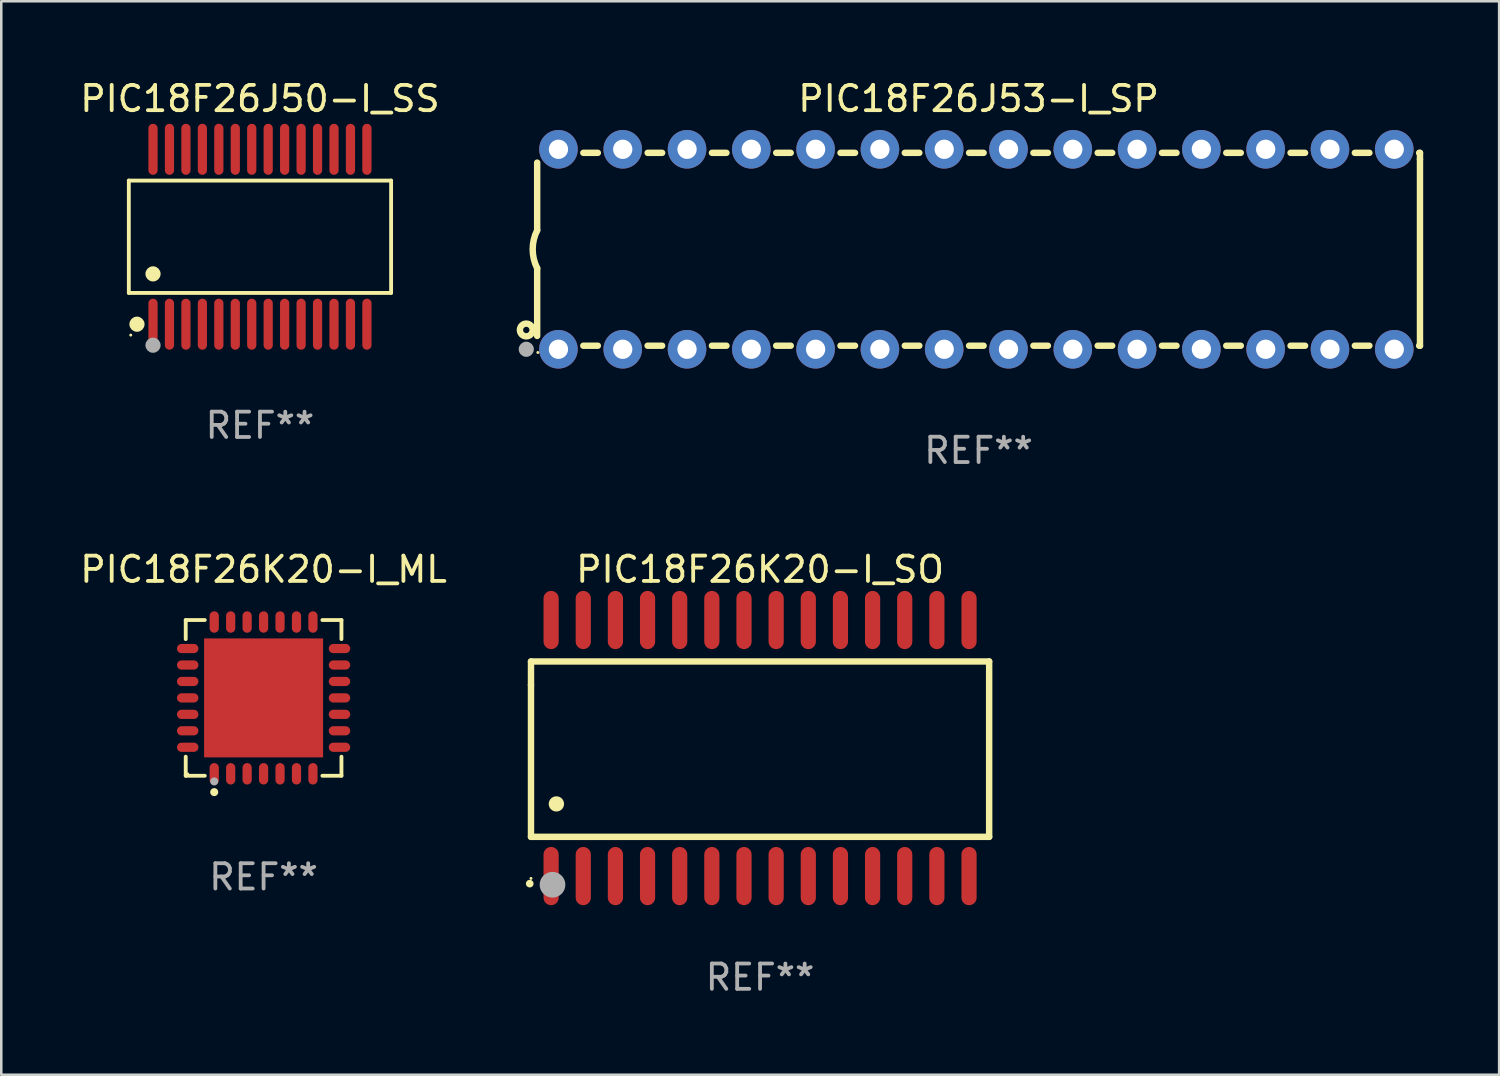
<source format=kicad_pcb>
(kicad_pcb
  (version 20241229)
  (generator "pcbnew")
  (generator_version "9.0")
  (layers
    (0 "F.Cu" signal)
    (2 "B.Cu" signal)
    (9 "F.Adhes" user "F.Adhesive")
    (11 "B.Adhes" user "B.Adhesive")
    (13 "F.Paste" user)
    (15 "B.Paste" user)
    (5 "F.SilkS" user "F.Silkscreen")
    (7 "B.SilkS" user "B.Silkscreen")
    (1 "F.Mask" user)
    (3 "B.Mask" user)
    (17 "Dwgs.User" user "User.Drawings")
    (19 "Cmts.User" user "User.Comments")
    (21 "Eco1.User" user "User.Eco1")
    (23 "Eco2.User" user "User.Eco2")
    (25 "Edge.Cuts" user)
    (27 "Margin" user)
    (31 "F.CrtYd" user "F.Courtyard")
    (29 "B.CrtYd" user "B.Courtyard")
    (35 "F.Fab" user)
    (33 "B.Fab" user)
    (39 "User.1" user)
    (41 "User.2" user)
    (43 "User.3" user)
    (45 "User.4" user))
  (footprint "PIC18F26K20-I_SO"
    (layer "F.Cu")
    (at 26.977 26.502)
    (property "Reference" "PIC18F26K20-I_SO" (at 0 -7.058 0) (layer "F.SilkS") (effects (font (size 1 1) (thickness 0.15))))
    (attr through_hole)
    (fp_line (start -9.05 -3.42) (end 9.05 -3.42) (stroke (width 0.254) (type solid)) (layer "F.SilkS"))
    (fp_line (start -9.05 -2.492) (end -9.05 -3.42) (stroke (width 0.254) (type solid)) (layer "F.SilkS"))
    (fp_line (start -9.05 3.508) (end -9.05 -2.492) (stroke (width 0.254) (type solid)) (layer "F.SilkS"))
    (fp_line (start 9.05 -3.42) (end 9.05 3.508) (stroke (width 0.254) (type solid)) (layer "F.SilkS"))
    (fp_line (start 9.05 3.508) (end -9.05 3.508) (stroke (width 0.254) (type solid)) (layer "F.SilkS"))
    (fp_arc (start -9.100838 5.35649) (mid -9.099568 5.356485) (end -9.098298 5.35649) (stroke (width 0.3) (type solid)) (layer "F.SilkS"))
    (fp_arc (start -8.049276 2.206883) (mid -8.046736 2.206872) (end -8.044196 2.206883) (stroke (width 0.6) (type solid)) (layer "F.SilkS"))
    (fp_circle (center -9.05 5.15) (end -9.02 5.15) (stroke (width 0.06) (type solid)) (fill no) (layer "F.SilkS"))
    (fp_circle (center -8.2 5.4) (end -7.946 5.4) (stroke (width 0.508) (type solid)) (fill no) (layer "F.Fab"))
    (fp_text user "REF**" (at 0 9.058 0) (layer "F.Fab") (effects (font (size 1 1) (thickness 0.15))))
    (pad "1" smd oval (at -8.255 5.058 180) (size 0.6 2.3) (layers "F.Cu" "F.Mask" "F.Paste"))
    (pad "2" smd oval (at -6.985 5.058 180) (size 0.6 2.3) (layers "F.Cu" "F.Mask" "F.Paste"))
    (pad "3" smd oval (at -5.715 5.058 180) (size 0.6 2.3) (layers "F.Cu" "F.Mask" "F.Paste"))
    (pad "4" smd oval (at -4.445 5.058 180) (size 0.6 2.3) (layers "F.Cu" "F.Mask" "F.Paste"))
    (pad "5" smd oval (at -3.175 5.058 180) (size 0.6 2.3) (layers "F.Cu" "F.Mask" "F.Paste"))
    (pad "6" smd oval (at -1.905 5.058 180) (size 0.6 2.3) (layers "F.Cu" "F.Mask" "F.Paste"))
    (pad "7" smd oval (at -0.635 5.058 180) (size 0.6 2.3) (layers "F.Cu" "F.Mask" "F.Paste"))
    (pad "8" smd oval (at 0.635 5.058 180) (size 0.6 2.3) (layers "F.Cu" "F.Mask" "F.Paste"))
    (pad "9" smd oval (at 1.905 5.058 180) (size 0.6 2.3) (layers "F.Cu" "F.Mask" "F.Paste"))
    (pad "10" smd oval (at 3.175 5.058 180) (size 0.6 2.3) (layers "F.Cu" "F.Mask" "F.Paste"))
    (pad "11" smd oval (at 4.445 5.058 180) (size 0.6 2.3) (layers "F.Cu" "F.Mask" "F.Paste"))
    (pad "12" smd oval (at 5.715 5.058 180) (size 0.6 2.3) (layers "F.Cu" "F.Mask" "F.Paste"))
    (pad "13" smd oval (at 6.985 5.058 180) (size 0.6 2.3) (layers "F.Cu" "F.Mask" "F.Paste"))
    (pad "14" smd oval (at 8.255 5.058 180) (size 0.6 2.3) (layers "F.Cu" "F.Mask" "F.Paste"))
    (pad "15" smd oval (at 8.255 -5.058 180) (size 0.6 2.3) (layers "F.Cu" "F.Mask" "F.Paste"))
    (pad "16" smd oval (at 6.985 -5.058 180) (size 0.6 2.3) (layers "F.Cu" "F.Mask" "F.Paste"))
    (pad "17" smd oval (at 5.715 -5.058 180) (size 0.6 2.3) (layers "F.Cu" "F.Mask" "F.Paste"))
    (pad "18" smd oval (at 4.445 -5.058 180) (size 0.6 2.3) (layers "F.Cu" "F.Mask" "F.Paste"))
    (pad "19" smd oval (at 3.175 -5.058 180) (size 0.6 2.3) (layers "F.Cu" "F.Mask" "F.Paste"))
    (pad "20" smd oval (at 1.905 -5.058 180) (size 0.6 2.3) (layers "F.Cu" "F.Mask" "F.Paste"))
    (pad "21" smd oval (at 0.635 -5.058 180) (size 0.6 2.3) (layers "F.Cu" "F.Mask" "F.Paste"))
    (pad "22" smd oval (at -0.635 -5.058 180) (size 0.6 2.3) (layers "F.Cu" "F.Mask" "F.Paste"))
    (pad "23" smd oval (at -1.905 -5.058 180) (size 0.6 2.3) (layers "F.Cu" "F.Mask" "F.Paste"))
    (pad "24" smd oval (at -3.175 -5.058 180) (size 0.6 2.3) (layers "F.Cu" "F.Mask" "F.Paste"))
    (pad "25" smd oval (at -4.445 -5.058 180) (size 0.6 2.3) (layers "F.Cu" "F.Mask" "F.Paste"))
    (pad "26" smd oval (at -5.715 -5.058 180) (size 0.6 2.3) (layers "F.Cu" "F.Mask" "F.Paste"))
    (pad "27" smd oval (at -6.985 -5.058 180) (size 0.6 2.3) (layers "F.Cu" "F.Mask" "F.Paste"))
    (pad "28" smd oval (at -8.255 -5.058 180) (size 0.6 2.3) (layers "F.Cu" "F.Mask" "F.Paste")))
  (footprint "PIC18F26K20-I_ML"
    (layer "F.Cu")
    (at 7.363 24.521)
    (property "Reference" "PIC18F26K20-I_ML" (at 0 -5.076 0) (layer "F.SilkS") (effects (font (size 1 1) (thickness 0.15))))
    (attr through_hole)
    (fp_line (start -3.076 -3.076) (end -2.323 -3.076) (stroke (width 0.152) (type solid)) (layer "F.SilkS"))
    (fp_line (start -3.076 -2.323) (end -3.076 -3.076) (stroke (width 0.152) (type solid)) (layer "F.SilkS"))
    (fp_line (start -3.076 2.323) (end -3.076 3.076) (stroke (width 0.152) (type solid)) (layer "F.SilkS"))
    (fp_line (start -3.076 3.076) (end -2.323 3.076) (stroke (width 0.152) (type solid)) (layer "F.SilkS"))
    (fp_line (start 3.076 -3.076) (end 2.323 -3.076) (stroke (width 0.152) (type solid)) (layer "F.SilkS"))
    (fp_line (start 3.076 -2.323) (end 3.076 -3.076) (stroke (width 0.152) (type solid)) (layer "F.SilkS"))
    (fp_line (start 3.076 2.323) (end 3.076 3.076) (stroke (width 0.152) (type solid)) (layer "F.SilkS"))
    (fp_line (start 3.076 3.076) (end 2.323 3.076) (stroke (width 0.152) (type solid)) (layer "F.SilkS"))
    (fp_circle (center -3 3) (end -2.97 3) (stroke (width 0.06) (type solid)) (fill no) (layer "F.SilkS"))
    (fp_circle (center -1.95 3.722) (end -1.87 3.722) (stroke (width 0.16) (type solid)) (fill no) (layer "F.SilkS"))
    (fp_circle (center -1.95 3.3) (end -1.87 3.3) (stroke (width 0.16) (type solid)) (fill no) (layer "F.Fab"))
    (fp_text user "REF**" (at 0 7.076 0) (layer "F.Fab") (effects (font (size 1 1) (thickness 0.15))))
    (pad "1" smd oval (at -1.95 2.998) (size 0.364 0.847) (layers "F.Cu" "F.Mask" "F.Paste"))
    (pad "2" smd oval (at -1.3 2.998) (size 0.364 0.847) (layers "F.Cu" "F.Mask" "F.Paste"))
    (pad "3" smd oval (at -0.65 2.998) (size 0.364 0.847) (layers "F.Cu" "F.Mask" "F.Paste"))
    (pad "4" smd oval (at 0 2.998) (size 0.364 0.847) (layers "F.Cu" "F.Mask" "F.Paste"))
    (pad "5" smd oval (at 0.65 2.998) (size 0.364 0.847) (layers "F.Cu" "F.Mask" "F.Paste"))
    (pad "6" smd oval (at 1.3 2.998) (size 0.364 0.847) (layers "F.Cu" "F.Mask" "F.Paste"))
    (pad "7" smd oval (at 1.95 2.998) (size 0.364 0.847) (layers "F.Cu" "F.Mask" "F.Paste"))
    (pad "8" smd oval (at 2.998 1.95) (size 0.847 0.364) (layers "F.Cu" "F.Mask" "F.Paste"))
    (pad "9" smd oval (at 2.998 1.3) (size 0.847 0.364) (layers "F.Cu" "F.Mask" "F.Paste"))
    (pad "10" smd oval (at 2.998 0.65) (size 0.847 0.364) (layers "F.Cu" "F.Mask" "F.Paste"))
    (pad "11" smd oval (at 2.998 0) (size 0.847 0.364) (layers "F.Cu" "F.Mask" "F.Paste"))
    (pad "12" smd oval (at 2.998 -0.65) (size 0.847 0.364) (layers "F.Cu" "F.Mask" "F.Paste"))
    (pad "13" smd oval (at 2.998 -1.3) (size 0.847 0.364) (layers "F.Cu" "F.Mask" "F.Paste"))
    (pad "14" smd oval (at 2.998 -1.95) (size 0.847 0.364) (layers "F.Cu" "F.Mask" "F.Paste"))
    (pad "15" smd oval (at 1.95 -2.998) (size 0.364 0.847) (layers "F.Cu" "F.Mask" "F.Paste"))
    (pad "16" smd oval (at 1.3 -2.998) (size 0.364 0.847) (layers "F.Cu" "F.Mask" "F.Paste"))
    (pad "17" smd oval (at 0.65 -2.998) (size 0.364 0.847) (layers "F.Cu" "F.Mask" "F.Paste"))
    (pad "18" smd oval (at 0 -2.998) (size 0.364 0.847) (layers "F.Cu" "F.Mask" "F.Paste"))
    (pad "19" smd oval (at -0.65 -2.998) (size 0.364 0.847) (layers "F.Cu" "F.Mask" "F.Paste"))
    (pad "20" smd oval (at -1.3 -2.998) (size 0.364 0.847) (layers "F.Cu" "F.Mask" "F.Paste"))
    (pad "21" smd oval (at -1.95 -2.998) (size 0.364 0.847) (layers "F.Cu" "F.Mask" "F.Paste"))
    (pad "22" smd oval (at -2.998 -1.95) (size 0.847 0.364) (layers "F.Cu" "F.Mask" "F.Paste"))
    (pad "23" smd oval (at -2.998 -1.3) (size 0.847 0.364) (layers "F.Cu" "F.Mask" "F.Paste"))
    (pad "24" smd oval (at -2.998 -0.65) (size 0.847 0.364) (layers "F.Cu" "F.Mask" "F.Paste"))
    (pad "25" smd oval (at -2.998 0) (size 0.847 0.364) (layers "F.Cu" "F.Mask" "F.Paste"))
    (pad "26" smd oval (at -2.998 0.65) (size 0.847 0.364) (layers "F.Cu" "F.Mask" "F.Paste"))
    (pad "27" smd oval (at -2.998 1.3) (size 0.847 0.364) (layers "F.Cu" "F.Mask" "F.Paste"))
    (pad "28" smd oval (at -2.998 1.95) (size 0.847 0.364) (layers "F.Cu" "F.Mask" "F.Paste"))
    (pad "29" smd rect (at 0 0) (size 4.7 4.7) (layers "F.Cu" "F.Mask" "F.Paste")))
  (footprint "PIC18F26J50-I_SS"
    (layer "F.Cu")
    (at 7.22 6.303)
    (property "Reference" "PIC18F26J50-I_SS" (at 0 -5.455 0) (layer "F.SilkS") (effects (font (size 1 1) (thickness 0.15))))
    (attr through_hole)
    (fp_line (start -5.181 -2.219) (end 5.181 -2.219) (stroke (width 0.152) (type solid)) (layer "F.SilkS"))
    (fp_line (start -5.181 2.219) (end -5.181 -2.219) (stroke (width 0.152) (type solid)) (layer "F.SilkS"))
    (fp_line (start 5.181 -2.219) (end 5.181 2.219) (stroke (width 0.152) (type solid)) (layer "F.SilkS"))
    (fp_line (start 5.181 2.219) (end -5.181 2.219) (stroke (width 0.152) (type solid)) (layer "F.SilkS"))
    (fp_circle (center -5.105 3.885) (end -5.075 3.885) (stroke (width 0.06) (type solid)) (fill no) (layer "F.SilkS"))
    (fp_circle (center -4.859 3.455) (end -4.709 3.455) (stroke (width 0.3) (type solid)) (fill no) (layer "F.SilkS"))
    (fp_circle (center -4.225 1.467) (end -4.075 1.467) (stroke (width 0.3) (type solid)) (fill no) (layer "F.SilkS"))
    (fp_circle (center -4.225 4.285) (end -4.075 4.285) (stroke (width 0.3) (type solid)) (fill no) (layer "F.Fab"))
    (fp_text user "REF**" (at 0 7.455 0) (layer "F.Fab") (effects (font (size 1 1) (thickness 0.15))))
    (pad "1" smd oval (at -4.225 3.455) (size 0.364 2.015) (layers "F.Cu" "F.Mask" "F.Paste"))
    (pad "2" smd oval (at -3.575 3.455) (size 0.364 2.015) (layers "F.Cu" "F.Mask" "F.Paste"))
    (pad "3" smd oval (at -2.925 3.455) (size 0.364 2.015) (layers "F.Cu" "F.Mask" "F.Paste"))
    (pad "4" smd oval (at -2.275 3.455) (size 0.364 2.015) (layers "F.Cu" "F.Mask" "F.Paste"))
    (pad "5" smd oval (at -1.625 3.455) (size 0.364 2.015) (layers "F.Cu" "F.Mask" "F.Paste"))
    (pad "6" smd oval (at -0.975 3.455) (size 0.364 2.015) (layers "F.Cu" "F.Mask" "F.Paste"))
    (pad "7" smd oval (at -0.325 3.455) (size 0.364 2.015) (layers "F.Cu" "F.Mask" "F.Paste"))
    (pad "8" smd oval (at 0.325 3.455) (size 0.364 2.015) (layers "F.Cu" "F.Mask" "F.Paste"))
    (pad "9" smd oval (at 0.975 3.455) (size 0.364 2.015) (layers "F.Cu" "F.Mask" "F.Paste"))
    (pad "10" smd oval (at 1.625 3.455) (size 0.364 2.015) (layers "F.Cu" "F.Mask" "F.Paste"))
    (pad "11" smd oval (at 2.275 3.455) (size 0.364 2.015) (layers "F.Cu" "F.Mask" "F.Paste"))
    (pad "12" smd oval (at 2.925 3.455) (size 0.364 2.015) (layers "F.Cu" "F.Mask" "F.Paste"))
    (pad "13" smd oval (at 3.575 3.455) (size 0.364 2.015) (layers "F.Cu" "F.Mask" "F.Paste"))
    (pad "14" smd oval (at 4.225 3.455) (size 0.364 2.015) (layers "F.Cu" "F.Mask" "F.Paste"))
    (pad "15" smd oval (at 4.225 -3.455) (size 0.364 2.015) (layers "F.Cu" "F.Mask" "F.Paste"))
    (pad "16" smd oval (at 3.575 -3.455) (size 0.364 2.015) (layers "F.Cu" "F.Mask" "F.Paste"))
    (pad "17" smd oval (at 2.925 -3.455) (size 0.364 2.015) (layers "F.Cu" "F.Mask" "F.Paste"))
    (pad "18" smd oval (at 2.275 -3.455) (size 0.364 2.015) (layers "F.Cu" "F.Mask" "F.Paste"))
    (pad "19" smd oval (at 1.625 -3.455) (size 0.364 2.015) (layers "F.Cu" "F.Mask" "F.Paste"))
    (pad "20" smd oval (at 0.975 -3.455) (size 0.364 2.015) (layers "F.Cu" "F.Mask" "F.Paste"))
    (pad "21" smd oval (at 0.325 -3.455) (size 0.364 2.015) (layers "F.Cu" "F.Mask" "F.Paste"))
    (pad "22" smd oval (at -0.325 -3.455) (size 0.364 2.015) (layers "F.Cu" "F.Mask" "F.Paste"))
    (pad "23" smd oval (at -0.975 -3.455) (size 0.364 2.015) (layers "F.Cu" "F.Mask" "F.Paste"))
    (pad "24" smd oval (at -1.625 -3.455) (size 0.364 2.015) (layers "F.Cu" "F.Mask" "F.Paste"))
    (pad "25" smd oval (at -2.275 -3.455) (size 0.364 2.015) (layers "F.Cu" "F.Mask" "F.Paste"))
    (pad "26" smd oval (at -2.925 -3.455) (size 0.364 2.015) (layers "F.Cu" "F.Mask" "F.Paste"))
    (pad "27" smd oval (at -3.575 -3.455) (size 0.364 2.015) (layers "F.Cu" "F.Mask" "F.Paste"))
    (pad "28" smd oval (at -4.225 -3.455) (size 0.364 2.015) (layers "F.Cu" "F.Mask" "F.Paste")))
  (footprint "PIC18F26J53-I_SP"
    (layer "F.Cu")
    (at 35.609 6.798)
    (property "Reference" "PIC18F26J53-I_SP" (at 0 -5.95 0) (layer "F.SilkS") (effects (font (size 1 1) (thickness 0.15))))
    (attr through_hole)
    (fp_line (start -17.438 0.75) (end -17.438 3.423) (stroke (width 0.254) (type solid)) (layer "F.SilkS"))
    (fp_line (start -17.438 -3.423) (end -17.438 -0.75) (stroke (width 0.254) (type solid)) (layer "F.SilkS"))
    (fp_line (start -15.615 3.81) (end -15.041 3.81) (stroke (width 0.254) (type solid)) (layer "F.SilkS"))
    (fp_line (start -15.041 -3.81) (end -15.614 -3.81) (stroke (width 0.254) (type solid)) (layer "F.SilkS"))
    (fp_line (start -13.075 3.81) (end -12.501 3.81) (stroke (width 0.254) (type solid)) (layer "F.SilkS"))
    (fp_line (start -12.501 -3.81) (end -13.074 -3.81) (stroke (width 0.254) (type solid)) (layer "F.SilkS"))
    (fp_line (start -10.535 3.81) (end -9.961 3.81) (stroke (width 0.254) (type solid)) (layer "F.SilkS"))
    (fp_line (start -9.961 -3.81) (end -10.534 -3.81) (stroke (width 0.254) (type solid)) (layer "F.SilkS"))
    (fp_line (start -7.995 3.81) (end -7.421 3.81) (stroke (width 0.254) (type solid)) (layer "F.SilkS"))
    (fp_line (start -7.421 -3.81) (end -7.995 -3.81) (stroke (width 0.254) (type solid)) (layer "F.SilkS"))
    (fp_line (start -5.455 3.81) (end -4.881 3.81) (stroke (width 0.254) (type solid)) (layer "F.SilkS"))
    (fp_line (start -4.881 -3.81) (end -5.455 -3.81) (stroke (width 0.254) (type solid)) (layer "F.SilkS"))
    (fp_line (start -2.915 3.81) (end -2.341 3.81) (stroke (width 0.254) (type solid)) (layer "F.SilkS"))
    (fp_line (start -2.341 -3.81) (end -2.915 -3.81) (stroke (width 0.254) (type solid)) (layer "F.SilkS"))
    (fp_line (start -0.375 3.81) (end 0.199 3.81) (stroke (width 0.254) (type solid)) (layer "F.SilkS"))
    (fp_line (start 0.199 -3.81) (end -0.375 -3.81) (stroke (width 0.254) (type solid)) (layer "F.SilkS"))
    (fp_line (start 2.165 3.81) (end 2.739 3.81) (stroke (width 0.254) (type solid)) (layer "F.SilkS"))
    (fp_line (start 2.739 -3.81) (end 2.165 -3.81) (stroke (width 0.254) (type solid)) (layer "F.SilkS"))
    (fp_line (start 4.705 3.81) (end 5.279 3.81) (stroke (width 0.254) (type solid)) (layer "F.SilkS"))
    (fp_line (start 5.279 -3.81) (end 4.705 -3.81) (stroke (width 0.254) (type solid)) (layer "F.SilkS"))
    (fp_line (start 7.245 3.81) (end 7.819 3.81) (stroke (width 0.254) (type solid)) (layer "F.SilkS"))
    (fp_line (start 7.819 -3.81) (end 7.245 -3.81) (stroke (width 0.254) (type solid)) (layer "F.SilkS"))
    (fp_line (start 9.785 3.81) (end 10.359 3.81) (stroke (width 0.254) (type solid)) (layer "F.SilkS"))
    (fp_line (start 10.359 -3.81) (end 9.785 -3.81) (stroke (width 0.254) (type solid)) (layer "F.SilkS"))
    (fp_line (start 12.325 3.81) (end 12.899 3.81) (stroke (width 0.254) (type solid)) (layer "F.SilkS"))
    (fp_line (start 12.899 -3.81) (end 12.325 -3.81) (stroke (width 0.254) (type solid)) (layer "F.SilkS"))
    (fp_line (start 14.865 3.81) (end 15.439 3.81) (stroke (width 0.254) (type solid)) (layer "F.SilkS"))
    (fp_line (start 15.439 -3.81) (end 14.865 -3.81) (stroke (width 0.254) (type solid)) (layer "F.SilkS"))
    (fp_line (start 17.405 3.81) (end 17.438 3.81) (stroke (width 0.254) (type solid)) (layer "F.SilkS"))
    (fp_line (start 17.438 -3.81) (end 17.405 -3.81) (stroke (width 0.254) (type solid)) (layer "F.SilkS"))
    (fp_line (start 17.438 -3.556) (end 17.438 -3.81) (stroke (width 0.254) (type solid)) (layer "F.SilkS"))
    (fp_line (start 17.438 3.81) (end 17.438 -3.556) (stroke (width 0.254) (type solid)) (layer "F.SilkS"))
    (fp_arc (start -17.437986 0.749657) (mid -17.614887 -0.000024) (end -17.437783 -0.749657) (stroke (width 0.254001) (type solid)) (layer "F.SilkS"))
    (fp_circle (center -17.868 3.188) (end -17.743 3.188) (stroke (width 0.254) (type solid)) (fill no) (layer "F.SilkS"))
    (fp_circle (center -17.411 4.077) (end -17.381 4.077) (stroke (width 0.06) (type solid)) (fill no) (layer "F.SilkS"))
    (fp_circle (center -17.868 3.95) (end -17.718 3.95) (stroke (width 0.3) (type solid)) (fill no) (layer "F.Fab"))
    (fp_text user "REF**" (at 0 7.95 0) (layer "F.Fab") (effects (font (size 1 1) (thickness 0.15))))
    (pad "1" thru_hole circle (at -16.598 3.95) (size 1.524 1.524) (drill 0.762) (layers "*.Cu" "*.Mask"))
    (pad "2" thru_hole circle (at -14.058 3.95) (size 1.524 1.524) (drill 0.762) (layers "*.Cu" "*.Mask"))
    (pad "3" thru_hole circle (at -11.518 3.95) (size 1.524 1.524) (drill 0.762) (layers "*.Cu" "*.Mask"))
    (pad "4" thru_hole circle (at -8.978 3.95) (size 1.524 1.524) (drill 0.762) (layers "*.Cu" "*.Mask"))
    (pad "5" thru_hole circle (at -6.438 3.95) (size 1.524 1.524) (drill 0.762) (layers "*.Cu" "*.Mask"))
    (pad "6" thru_hole circle (at -3.898 3.95) (size 1.524 1.524) (drill 0.762) (layers "*.Cu" "*.Mask"))
    (pad "7" thru_hole circle (at -1.358 3.95) (size 1.524 1.524) (drill 0.762) (layers "*.Cu" "*.Mask"))
    (pad "8" thru_hole circle (at 1.182 3.95) (size 1.524 1.524) (drill 0.762) (layers "*.Cu" "*.Mask"))
    (pad "9" thru_hole circle (at 3.722 3.95) (size 1.524 1.524) (drill 0.762) (layers "*.Cu" "*.Mask"))
    (pad "10" thru_hole circle (at 6.262 3.95) (size 1.524 1.524) (drill 0.762) (layers "*.Cu" "*.Mask"))
    (pad "11" thru_hole circle (at 8.802 3.95) (size 1.524 1.524) (drill 0.762) (layers "*.Cu" "*.Mask"))
    (pad "12" thru_hole circle (at 11.342 3.95) (size 1.524 1.524) (drill 0.762) (layers "*.Cu" "*.Mask"))
    (pad "13" thru_hole circle (at 13.882 3.95) (size 1.524 1.524) (drill 0.762) (layers "*.Cu" "*.Mask"))
    (pad "14" thru_hole circle (at 16.422 3.95) (size 1.524 1.524) (drill 0.762) (layers "*.Cu" "*.Mask"))
    (pad "15" thru_hole circle (at 16.422 -3.95) (size 1.524 1.524) (drill 0.762) (layers "*.Cu" "*.Mask"))
    (pad "16" thru_hole circle (at 13.882 -3.95) (size 1.524 1.524) (drill 0.762) (layers "*.Cu" "*.Mask"))
    (pad "17" thru_hole circle (at 11.342 -3.95) (size 1.524 1.524) (drill 0.762) (layers "*.Cu" "*.Mask"))
    (pad "18" thru_hole circle (at 8.802 -3.95) (size 1.524 1.524) (drill 0.762) (layers "*.Cu" "*.Mask"))
    (pad "19" thru_hole circle (at 6.262 -3.95) (size 1.524 1.524) (drill 0.762) (layers "*.Cu" "*.Mask"))
    (pad "20" thru_hole circle (at 3.722 -3.95) (size 1.524 1.524) (drill 0.762) (layers "*.Cu" "*.Mask"))
    (pad "21" thru_hole circle (at 1.182 -3.95) (size 1.524 1.524) (drill 0.762) (layers "*.Cu" "*.Mask"))
    (pad "22" thru_hole circle (at -1.358 -3.95) (size 1.524 1.524) (drill 0.762) (layers "*.Cu" "*.Mask"))
    (pad "23" thru_hole circle (at -3.898 -3.95) (size 1.524 1.524) (drill 0.762) (layers "*.Cu" "*.Mask"))
    (pad "24" thru_hole circle (at -6.438 -3.95) (size 1.524 1.524) (drill 0.762) (layers "*.Cu" "*.Mask"))
    (pad "25" thru_hole circle (at -8.978 -3.95) (size 1.524 1.524) (drill 0.762) (layers "*.Cu" "*.Mask"))
    (pad "26" thru_hole circle (at -11.517 -3.95) (size 1.524 1.524) (drill 0.762) (layers "*.Cu" "*.Mask"))
    (pad "27" thru_hole circle (at -14.057 -3.95) (size 1.524 1.524) (drill 0.762) (layers "*.Cu" "*.Mask"))
    (pad "28" thru_hole circle (at -16.597 -3.95) (size 1.524 1.524) (drill 0.762) (layers "*.Cu" "*.Mask")))
  (gr_rect
    (start -3 -3)
    (end 56.174 39.408)
    (stroke (width 0.1) (type default))
    (fill no)
    (layer "Edge.Cuts")))
</source>
